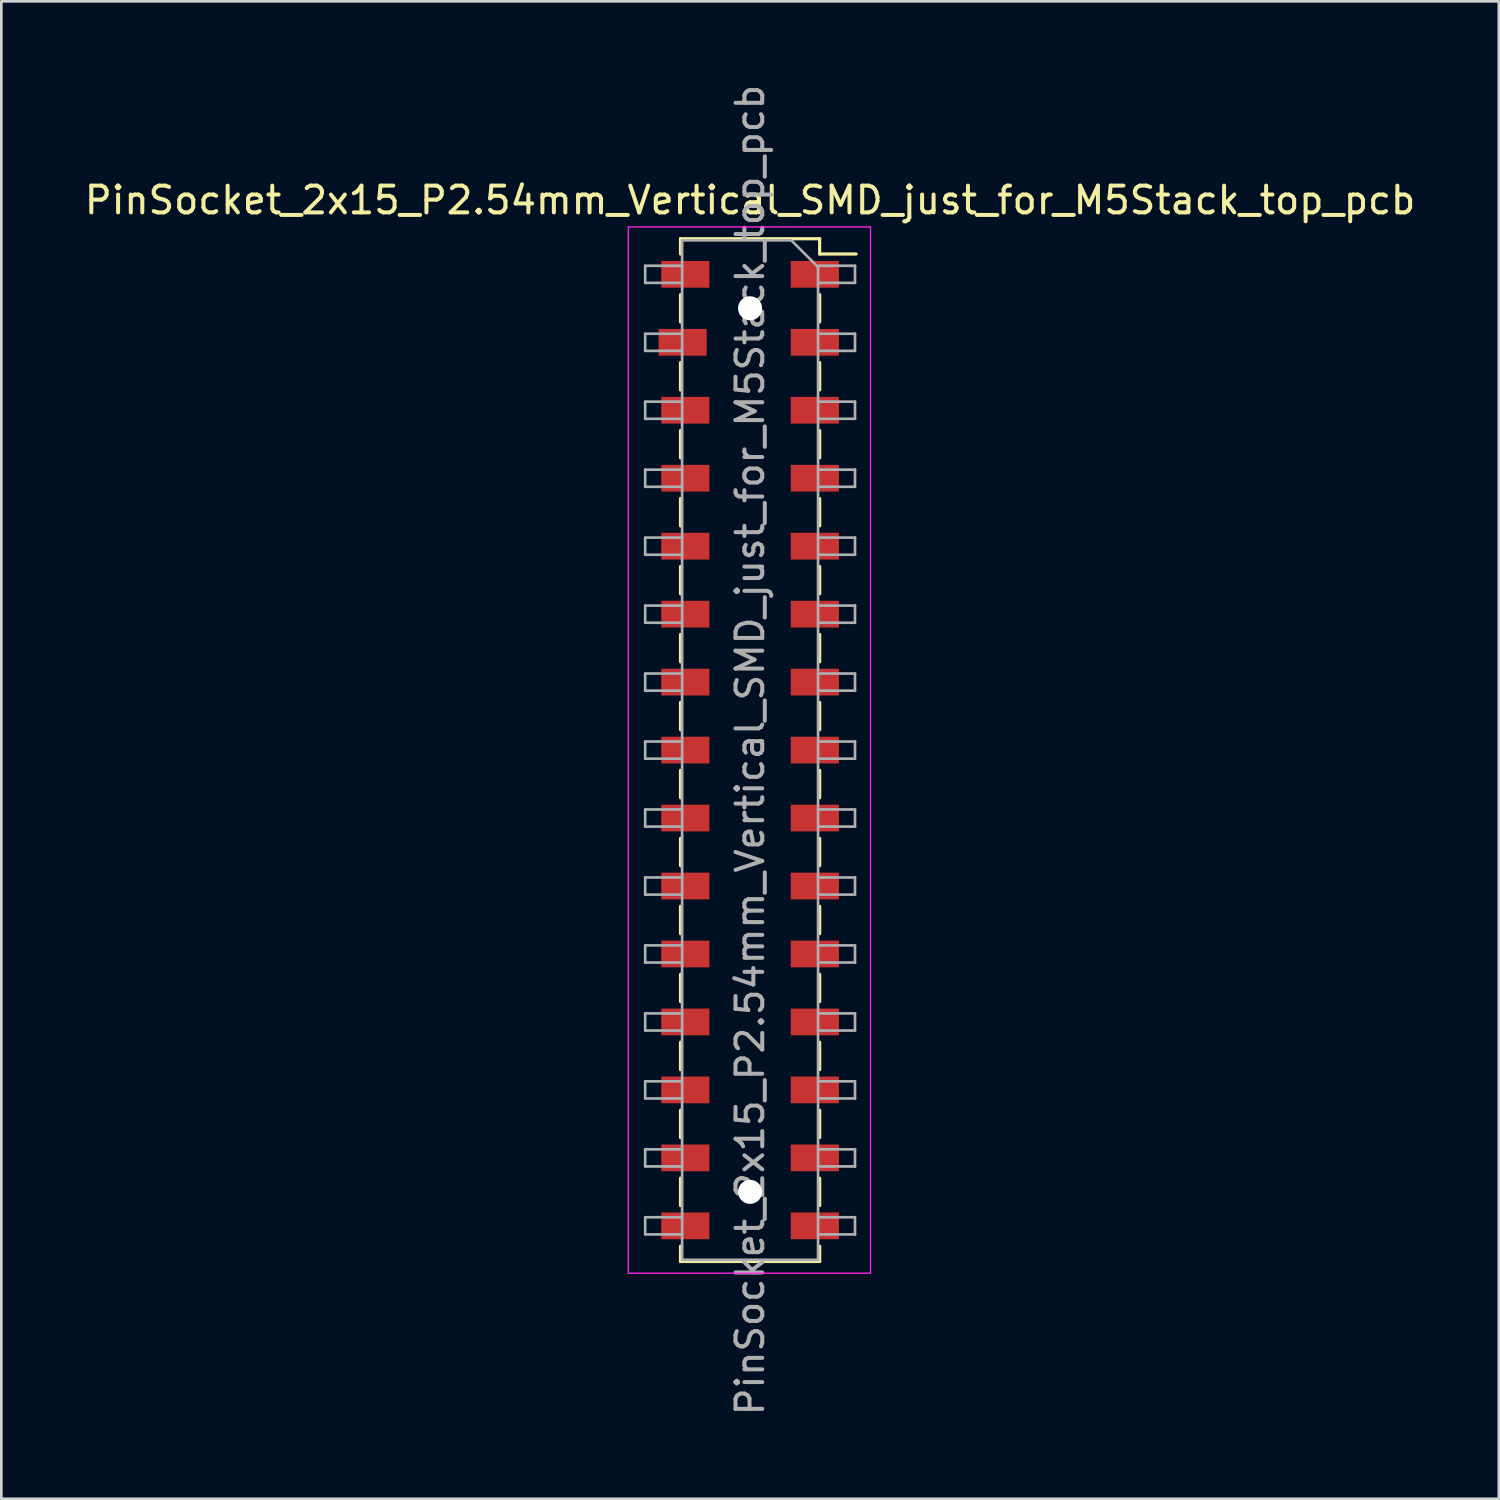
<source format=kicad_pcb>
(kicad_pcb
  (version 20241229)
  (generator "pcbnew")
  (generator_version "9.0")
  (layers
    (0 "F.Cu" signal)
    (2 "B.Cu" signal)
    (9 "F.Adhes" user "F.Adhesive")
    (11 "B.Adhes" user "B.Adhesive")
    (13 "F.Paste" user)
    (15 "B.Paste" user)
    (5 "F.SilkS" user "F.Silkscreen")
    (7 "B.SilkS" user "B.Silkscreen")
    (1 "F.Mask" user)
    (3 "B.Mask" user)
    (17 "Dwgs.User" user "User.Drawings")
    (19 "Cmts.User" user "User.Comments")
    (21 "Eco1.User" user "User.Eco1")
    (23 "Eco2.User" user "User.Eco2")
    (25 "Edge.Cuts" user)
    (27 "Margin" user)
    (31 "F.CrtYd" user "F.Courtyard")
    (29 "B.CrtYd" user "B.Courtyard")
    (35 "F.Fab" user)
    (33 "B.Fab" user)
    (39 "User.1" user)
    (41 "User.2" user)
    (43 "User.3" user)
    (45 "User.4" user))
  (footprint "PinSocket_2x15_P2.54mm_Vertical_SMD_just_for_M5Stack_top_pcb"
    (layer "F.Cu")
    (at 24.982 24.982)
    (property "Reference" "PinSocket_2x15_P2.54mm_Vertical_SMD_just_for_M5Stack_top_pcb" (at 0 -20.55 0) (layer "F.SilkS") (effects (font (size 1 1) (thickness 0.15))))
    (attr smd)
    (fp_line (start -2.6 -19.11) (end -2.6 -18.54) (stroke (width 0.12) (type solid)) (layer "F.SilkS"))
    (fp_line (start -2.6 -19.11) (end 2.6 -19.11) (stroke (width 0.12) (type solid)) (layer "F.SilkS"))
    (fp_line (start -2.6 -17.02) (end -2.6 -16) (stroke (width 0.12) (type solid)) (layer "F.SilkS"))
    (fp_line (start -2.6 -14.48) (end -2.6 -13.46) (stroke (width 0.12) (type solid)) (layer "F.SilkS"))
    (fp_line (start -2.6 -11.94) (end -2.6 -10.92) (stroke (width 0.12) (type solid)) (layer "F.SilkS"))
    (fp_line (start -2.6 -9.4) (end -2.6 -8.38) (stroke (width 0.12) (type solid)) (layer "F.SilkS"))
    (fp_line (start -2.6 -6.86) (end -2.6 -5.84) (stroke (width 0.12) (type solid)) (layer "F.SilkS"))
    (fp_line (start -2.6 -4.32) (end -2.6 -3.3) (stroke (width 0.12) (type solid)) (layer "F.SilkS"))
    (fp_line (start -2.6 -1.78) (end -2.6 -0.76) (stroke (width 0.12) (type solid)) (layer "F.SilkS"))
    (fp_line (start -2.6 0.76) (end -2.6 1.78) (stroke (width 0.12) (type solid)) (layer "F.SilkS"))
    (fp_line (start -2.6 3.3) (end -2.6 4.32) (stroke (width 0.12) (type solid)) (layer "F.SilkS"))
    (fp_line (start -2.6 5.84) (end -2.6 6.86) (stroke (width 0.12) (type solid)) (layer "F.SilkS"))
    (fp_line (start -2.6 8.38) (end -2.6 9.4) (stroke (width 0.12) (type solid)) (layer "F.SilkS"))
    (fp_line (start -2.6 10.92) (end -2.6 11.94) (stroke (width 0.12) (type solid)) (layer "F.SilkS"))
    (fp_line (start -2.6 13.46) (end -2.6 14.48) (stroke (width 0.12) (type solid)) (layer "F.SilkS"))
    (fp_line (start -2.6 16) (end -2.6 17.02) (stroke (width 0.12) (type solid)) (layer "F.SilkS"))
    (fp_line (start -2.6 18.54) (end -2.6 19.11) (stroke (width 0.12) (type solid)) (layer "F.SilkS"))
    (fp_line (start -2.6 19.11) (end 2.6 19.11) (stroke (width 0.12) (type solid)) (layer "F.SilkS"))
    (fp_line (start 2.6 -19.11) (end 2.6 -18.54) (stroke (width 0.12) (type solid)) (layer "F.SilkS"))
    (fp_line (start 2.6 -18.54) (end 3.96 -18.54) (stroke (width 0.12) (type solid)) (layer "F.SilkS"))
    (fp_line (start 2.6 -17.02) (end 2.6 -16) (stroke (width 0.12) (type solid)) (layer "F.SilkS"))
    (fp_line (start 2.6 -14.48) (end 2.6 -13.46) (stroke (width 0.12) (type solid)) (layer "F.SilkS"))
    (fp_line (start 2.6 -11.94) (end 2.6 -10.92) (stroke (width 0.12) (type solid)) (layer "F.SilkS"))
    (fp_line (start 2.6 -9.4) (end 2.6 -8.38) (stroke (width 0.12) (type solid)) (layer "F.SilkS"))
    (fp_line (start 2.6 -6.86) (end 2.6 -5.84) (stroke (width 0.12) (type solid)) (layer "F.SilkS"))
    (fp_line (start 2.6 -4.32) (end 2.6 -3.3) (stroke (width 0.12) (type solid)) (layer "F.SilkS"))
    (fp_line (start 2.6 -1.78) (end 2.6 -0.76) (stroke (width 0.12) (type solid)) (layer "F.SilkS"))
    (fp_line (start 2.6 0.76) (end 2.6 1.78) (stroke (width 0.12) (type solid)) (layer "F.SilkS"))
    (fp_line (start 2.6 3.3) (end 2.6 4.32) (stroke (width 0.12) (type solid)) (layer "F.SilkS"))
    (fp_line (start 2.6 5.84) (end 2.6 6.86) (stroke (width 0.12) (type solid)) (layer "F.SilkS"))
    (fp_line (start 2.6 8.38) (end 2.6 9.4) (stroke (width 0.12) (type solid)) (layer "F.SilkS"))
    (fp_line (start 2.6 10.92) (end 2.6 11.94) (stroke (width 0.12) (type solid)) (layer "F.SilkS"))
    (fp_line (start 2.6 13.46) (end 2.6 14.48) (stroke (width 0.12) (type solid)) (layer "F.SilkS"))
    (fp_line (start 2.6 16) (end 2.6 17.02) (stroke (width 0.12) (type solid)) (layer "F.SilkS"))
    (fp_line (start 2.6 18.54) (end 2.6 19.11) (stroke (width 0.12) (type solid)) (layer "F.SilkS"))
    (fp_line (start -4.55 -19.55) (end 4.5 -19.55) (stroke (width 0.05) (type solid)) (layer "F.CrtYd"))
    (fp_line (start -4.55 19.55) (end -4.55 -19.55) (stroke (width 0.05) (type solid)) (layer "F.CrtYd"))
    (fp_line (start 4.5 -19.55) (end 4.5 19.55) (stroke (width 0.05) (type solid)) (layer "F.CrtYd"))
    (fp_line (start 4.5 19.55) (end -4.55 19.55) (stroke (width 0.05) (type solid)) (layer "F.CrtYd"))
    (fp_line (start -3.92 -18.1) (end -2.54 -18.1) (stroke (width 0.1) (type solid)) (layer "F.Fab"))
    (fp_line (start -3.92 -17.46) (end -3.92 -18.1) (stroke (width 0.1) (type solid)) (layer "F.Fab"))
    (fp_line (start -3.92 -15.56) (end -2.54 -15.56) (stroke (width 0.1) (type solid)) (layer "F.Fab"))
    (fp_line (start -3.92 -14.92) (end -3.92 -15.56) (stroke (width 0.1) (type solid)) (layer "F.Fab"))
    (fp_line (start -3.92 -13.02) (end -2.54 -13.02) (stroke (width 0.1) (type solid)) (layer "F.Fab"))
    (fp_line (start -3.92 -12.38) (end -3.92 -13.02) (stroke (width 0.1) (type solid)) (layer "F.Fab"))
    (fp_line (start -3.92 -10.48) (end -2.54 -10.48) (stroke (width 0.1) (type solid)) (layer "F.Fab"))
    (fp_line (start -3.92 -9.84) (end -3.92 -10.48) (stroke (width 0.1) (type solid)) (layer "F.Fab"))
    (fp_line (start -3.92 -7.94) (end -2.54 -7.94) (stroke (width 0.1) (type solid)) (layer "F.Fab"))
    (fp_line (start -3.92 -7.3) (end -3.92 -7.94) (stroke (width 0.1) (type solid)) (layer "F.Fab"))
    (fp_line (start -3.92 -5.4) (end -2.54 -5.4) (stroke (width 0.1) (type solid)) (layer "F.Fab"))
    (fp_line (start -3.92 -4.76) (end -3.92 -5.4) (stroke (width 0.1) (type solid)) (layer "F.Fab"))
    (fp_line (start -3.92 -2.86) (end -2.54 -2.86) (stroke (width 0.1) (type solid)) (layer "F.Fab"))
    (fp_line (start -3.92 -2.22) (end -3.92 -2.86) (stroke (width 0.1) (type solid)) (layer "F.Fab"))
    (fp_line (start -3.92 -0.32) (end -2.54 -0.32) (stroke (width 0.1) (type solid)) (layer "F.Fab"))
    (fp_line (start -3.92 0.32) (end -3.92 -0.32) (stroke (width 0.1) (type solid)) (layer "F.Fab"))
    (fp_line (start -3.92 2.22) (end -2.54 2.22) (stroke (width 0.1) (type solid)) (layer "F.Fab"))
    (fp_line (start -3.92 2.86) (end -3.92 2.22) (stroke (width 0.1) (type solid)) (layer "F.Fab"))
    (fp_line (start -3.92 4.76) (end -2.54 4.76) (stroke (width 0.1) (type solid)) (layer "F.Fab"))
    (fp_line (start -3.92 5.4) (end -3.92 4.76) (stroke (width 0.1) (type solid)) (layer "F.Fab"))
    (fp_line (start -3.92 7.3) (end -2.54 7.3) (stroke (width 0.1) (type solid)) (layer "F.Fab"))
    (fp_line (start -3.92 7.94) (end -3.92 7.3) (stroke (width 0.1) (type solid)) (layer "F.Fab"))
    (fp_line (start -3.92 9.84) (end -2.54 9.84) (stroke (width 0.1) (type solid)) (layer "F.Fab"))
    (fp_line (start -3.92 10.48) (end -3.92 9.84) (stroke (width 0.1) (type solid)) (layer "F.Fab"))
    (fp_line (start -3.92 12.38) (end -2.54 12.38) (stroke (width 0.1) (type solid)) (layer "F.Fab"))
    (fp_line (start -3.92 13.02) (end -3.92 12.38) (stroke (width 0.1) (type solid)) (layer "F.Fab"))
    (fp_line (start -3.92 14.92) (end -2.54 14.92) (stroke (width 0.1) (type solid)) (layer "F.Fab"))
    (fp_line (start -3.92 15.56) (end -3.92 14.92) (stroke (width 0.1) (type solid)) (layer "F.Fab"))
    (fp_line (start -3.92 17.46) (end -2.54 17.46) (stroke (width 0.1) (type solid)) (layer "F.Fab"))
    (fp_line (start -3.92 18.1) (end -3.92 17.46) (stroke (width 0.1) (type solid)) (layer "F.Fab"))
    (fp_line (start -2.54 -19.05) (end 1.54 -19.05) (stroke (width 0.1) (type solid)) (layer "F.Fab"))
    (fp_line (start -2.54 -17.46) (end -3.92 -17.46) (stroke (width 0.1) (type solid)) (layer "F.Fab"))
    (fp_line (start -2.54 -14.92) (end -3.92 -14.92) (stroke (width 0.1) (type solid)) (layer "F.Fab"))
    (fp_line (start -2.54 -12.38) (end -3.92 -12.38) (stroke (width 0.1) (type solid)) (layer "F.Fab"))
    (fp_line (start -2.54 -9.84) (end -3.92 -9.84) (stroke (width 0.1) (type solid)) (layer "F.Fab"))
    (fp_line (start -2.54 -7.3) (end -3.92 -7.3) (stroke (width 0.1) (type solid)) (layer "F.Fab"))
    (fp_line (start -2.54 -4.76) (end -3.92 -4.76) (stroke (width 0.1) (type solid)) (layer "F.Fab"))
    (fp_line (start -2.54 -2.22) (end -3.92 -2.22) (stroke (width 0.1) (type solid)) (layer "F.Fab"))
    (fp_line (start -2.54 0.32) (end -3.92 0.32) (stroke (width 0.1) (type solid)) (layer "F.Fab"))
    (fp_line (start -2.54 2.86) (end -3.92 2.86) (stroke (width 0.1) (type solid)) (layer "F.Fab"))
    (fp_line (start -2.54 5.4) (end -3.92 5.4) (stroke (width 0.1) (type solid)) (layer "F.Fab"))
    (fp_line (start -2.54 7.94) (end -3.92 7.94) (stroke (width 0.1) (type solid)) (layer "F.Fab"))
    (fp_line (start -2.54 10.48) (end -3.92 10.48) (stroke (width 0.1) (type solid)) (layer "F.Fab"))
    (fp_line (start -2.54 13.02) (end -3.92 13.02) (stroke (width 0.1) (type solid)) (layer "F.Fab"))
    (fp_line (start -2.54 15.56) (end -3.92 15.56) (stroke (width 0.1) (type solid)) (layer "F.Fab"))
    (fp_line (start -2.54 18.1) (end -3.92 18.1) (stroke (width 0.1) (type solid)) (layer "F.Fab"))
    (fp_line (start -2.54 19.05) (end -2.54 -19.05) (stroke (width 0.1) (type solid)) (layer "F.Fab"))
    (fp_line (start 1.54 -19.05) (end 2.54 -18.05) (stroke (width 0.1) (type solid)) (layer "F.Fab"))
    (fp_line (start 2.54 -18.1) (end 3.92 -18.1) (stroke (width 0.1) (type solid)) (layer "F.Fab"))
    (fp_line (start 2.54 -18.05) (end 2.54 19.05) (stroke (width 0.1) (type solid)) (layer "F.Fab"))
    (fp_line (start 2.54 -15.56) (end 3.92 -15.56) (stroke (width 0.1) (type solid)) (layer "F.Fab"))
    (fp_line (start 2.54 -13.02) (end 3.92 -13.02) (stroke (width 0.1) (type solid)) (layer "F.Fab"))
    (fp_line (start 2.54 -10.48) (end 3.92 -10.48) (stroke (width 0.1) (type solid)) (layer "F.Fab"))
    (fp_line (start 2.54 -7.94) (end 3.92 -7.94) (stroke (width 0.1) (type solid)) (layer "F.Fab"))
    (fp_line (start 2.54 -5.4) (end 3.92 -5.4) (stroke (width 0.1) (type solid)) (layer "F.Fab"))
    (fp_line (start 2.54 -2.86) (end 3.92 -2.86) (stroke (width 0.1) (type solid)) (layer "F.Fab"))
    (fp_line (start 2.54 -0.32) (end 3.92 -0.32) (stroke (width 0.1) (type solid)) (layer "F.Fab"))
    (fp_line (start 2.54 2.22) (end 3.92 2.22) (stroke (width 0.1) (type solid)) (layer "F.Fab"))
    (fp_line (start 2.54 4.76) (end 3.92 4.76) (stroke (width 0.1) (type solid)) (layer "F.Fab"))
    (fp_line (start 2.54 7.3) (end 3.92 7.3) (stroke (width 0.1) (type solid)) (layer "F.Fab"))
    (fp_line (start 2.54 9.84) (end 3.92 9.84) (stroke (width 0.1) (type solid)) (layer "F.Fab"))
    (fp_line (start 2.54 12.38) (end 3.92 12.38) (stroke (width 0.1) (type solid)) (layer "F.Fab"))
    (fp_line (start 2.54 14.92) (end 3.92 14.92) (stroke (width 0.1) (type solid)) (layer "F.Fab"))
    (fp_line (start 2.54 17.46) (end 3.92 17.46) (stroke (width 0.1) (type solid)) (layer "F.Fab"))
    (fp_line (start 2.54 19.05) (end -2.54 19.05) (stroke (width 0.1) (type solid)) (layer "F.Fab"))
    (fp_line (start 3.92 -18.1) (end 3.92 -17.46) (stroke (width 0.1) (type solid)) (layer "F.Fab"))
    (fp_line (start 3.92 -17.46) (end 2.54 -17.46) (stroke (width 0.1) (type solid)) (layer "F.Fab"))
    (fp_line (start 3.92 -15.56) (end 3.92 -14.92) (stroke (width 0.1) (type solid)) (layer "F.Fab"))
    (fp_line (start 3.92 -14.92) (end 2.54 -14.92) (stroke (width 0.1) (type solid)) (layer "F.Fab"))
    (fp_line (start 3.92 -13.02) (end 3.92 -12.38) (stroke (width 0.1) (type solid)) (layer "F.Fab"))
    (fp_line (start 3.92 -12.38) (end 2.54 -12.38) (stroke (width 0.1) (type solid)) (layer "F.Fab"))
    (fp_line (start 3.92 -10.48) (end 3.92 -9.84) (stroke (width 0.1) (type solid)) (layer "F.Fab"))
    (fp_line (start 3.92 -9.84) (end 2.54 -9.84) (stroke (width 0.1) (type solid)) (layer "F.Fab"))
    (fp_line (start 3.92 -7.94) (end 3.92 -7.3) (stroke (width 0.1) (type solid)) (layer "F.Fab"))
    (fp_line (start 3.92 -7.3) (end 2.54 -7.3) (stroke (width 0.1) (type solid)) (layer "F.Fab"))
    (fp_line (start 3.92 -5.4) (end 3.92 -4.76) (stroke (width 0.1) (type solid)) (layer "F.Fab"))
    (fp_line (start 3.92 -4.76) (end 2.54 -4.76) (stroke (width 0.1) (type solid)) (layer "F.Fab"))
    (fp_line (start 3.92 -2.86) (end 3.92 -2.22) (stroke (width 0.1) (type solid)) (layer "F.Fab"))
    (fp_line (start 3.92 -2.22) (end 2.54 -2.22) (stroke (width 0.1) (type solid)) (layer "F.Fab"))
    (fp_line (start 3.92 -0.32) (end 3.92 0.32) (stroke (width 0.1) (type solid)) (layer "F.Fab"))
    (fp_line (start 3.92 0.32) (end 2.54 0.32) (stroke (width 0.1) (type solid)) (layer "F.Fab"))
    (fp_line (start 3.92 2.22) (end 3.92 2.86) (stroke (width 0.1) (type solid)) (layer "F.Fab"))
    (fp_line (start 3.92 2.86) (end 2.54 2.86) (stroke (width 0.1) (type solid)) (layer "F.Fab"))
    (fp_line (start 3.92 4.76) (end 3.92 5.4) (stroke (width 0.1) (type solid)) (layer "F.Fab"))
    (fp_line (start 3.92 5.4) (end 2.54 5.4) (stroke (width 0.1) (type solid)) (layer "F.Fab"))
    (fp_line (start 3.92 7.3) (end 3.92 7.94) (stroke (width 0.1) (type solid)) (layer "F.Fab"))
    (fp_line (start 3.92 7.94) (end 2.54 7.94) (stroke (width 0.1) (type solid)) (layer "F.Fab"))
    (fp_line (start 3.92 9.84) (end 3.92 10.48) (stroke (width 0.1) (type solid)) (layer "F.Fab"))
    (fp_line (start 3.92 10.48) (end 2.54 10.48) (stroke (width 0.1) (type solid)) (layer "F.Fab"))
    (fp_line (start 3.92 12.38) (end 3.92 13.02) (stroke (width 0.1) (type solid)) (layer "F.Fab"))
    (fp_line (start 3.92 13.02) (end 2.54 13.02) (stroke (width 0.1) (type solid)) (layer "F.Fab"))
    (fp_line (start 3.92 14.92) (end 3.92 15.56) (stroke (width 0.1) (type solid)) (layer "F.Fab"))
    (fp_line (start 3.92 15.56) (end 2.54 15.56) (stroke (width 0.1) (type solid)) (layer "F.Fab"))
    (fp_line (start 3.92 17.46) (end 3.92 18.1) (stroke (width 0.1) (type solid)) (layer "F.Fab"))
    (fp_line (start 3.92 18.1) (end 2.54 18.1) (stroke (width 0.1) (type solid)) (layer "F.Fab"))
    (fp_text user "${REFERENCE}" (at 0 0 90) (layer "F.Fab") (effects (font (size 1 1) (thickness 0.15))))
    (pad "" np_thru_hole circle (at 0 -16.51) (size 0.9 0.9) (drill 0.9) (layers "*.Cu" "*.Mask"))
    (pad "" np_thru_hole circle (at 0 16.51) (size 0.9 0.9) (drill 0.9) (layers "*.Cu" "*.Mask"))
    (pad "1" smd rect (at 2.42 -17.78) (size 1.8 1) (layers "F.Cu" "F.Mask" "F.Paste"))
    (pad "2" smd rect (at -2.42 -17.78) (size 1.8 1) (layers "F.Cu" "F.Mask" "F.Paste"))
    (pad "3" smd rect (at 2.42 -15.24) (size 1.8 1) (layers "F.Cu" "F.Mask" "F.Paste"))
    (pad "4" smd rect (at -2.52 -15.24) (size 1.8 1) (layers "F.Cu" "F.Mask" "F.Paste"))
    (pad "5" smd rect (at 2.42 -12.7) (size 1.8 1) (layers "F.Cu" "F.Mask" "F.Paste"))
    (pad "6" smd rect (at -2.42 -12.7) (size 1.8 1) (layers "F.Cu" "F.Mask" "F.Paste"))
    (pad "7" smd rect (at 2.42 -10.16) (size 1.8 1) (layers "F.Cu" "F.Mask" "F.Paste"))
    (pad "8" smd rect (at -2.42 -10.16) (size 1.8 1) (layers "F.Cu" "F.Mask" "F.Paste"))
    (pad "9" smd rect (at 2.42 -7.62) (size 1.8 1) (layers "F.Cu" "F.Mask" "F.Paste"))
    (pad "10" smd rect (at -2.42 -7.62) (size 1.8 1) (layers "F.Cu" "F.Mask" "F.Paste"))
    (pad "11" smd rect (at 2.42 -5.08) (size 1.8 1) (layers "F.Cu" "F.Mask" "F.Paste"))
    (pad "12" smd rect (at -2.42 -5.08) (size 1.8 1) (layers "F.Cu" "F.Mask" "F.Paste"))
    (pad "13" smd rect (at 2.42 -2.54) (size 1.8 1) (layers "F.Cu" "F.Mask" "F.Paste"))
    (pad "14" smd rect (at -2.42 -2.54) (size 1.8 1) (layers "F.Cu" "F.Mask" "F.Paste"))
    (pad "15" smd rect (at 2.42 0) (size 1.8 1) (layers "F.Cu" "F.Mask" "F.Paste"))
    (pad "16" smd rect (at -2.42 0) (size 1.8 1) (layers "F.Cu" "F.Mask" "F.Paste"))
    (pad "17" smd rect (at 2.42 2.54) (size 1.8 1) (layers "F.Cu" "F.Mask" "F.Paste"))
    (pad "18" smd rect (at -2.42 2.54) (size 1.8 1) (layers "F.Cu" "F.Mask" "F.Paste"))
    (pad "19" smd rect (at 2.42 5.08) (size 1.8 1) (layers "F.Cu" "F.Mask" "F.Paste"))
    (pad "20" smd rect (at -2.42 5.08) (size 1.8 1) (layers "F.Cu" "F.Mask" "F.Paste"))
    (pad "21" smd rect (at 2.42 7.62) (size 1.8 1) (layers "F.Cu" "F.Mask" "F.Paste"))
    (pad "22" smd rect (at -2.42 7.62) (size 1.8 1) (layers "F.Cu" "F.Mask" "F.Paste"))
    (pad "23" smd rect (at 2.42 10.16) (size 1.8 1) (layers "F.Cu" "F.Mask" "F.Paste"))
    (pad "24" smd rect (at -2.42 10.16) (size 1.8 1) (layers "F.Cu" "F.Mask" "F.Paste"))
    (pad "25" smd rect (at 2.42 12.7) (size 1.8 1) (layers "F.Cu" "F.Mask" "F.Paste"))
    (pad "26" smd rect (at -2.42 12.7) (size 1.8 1) (layers "F.Cu" "F.Mask" "F.Paste"))
    (pad "27" smd rect (at 2.42 15.24) (size 1.8 1) (layers "F.Cu" "F.Mask" "F.Paste"))
    (pad "28" smd rect (at -2.42 15.24) (size 1.8 1) (layers "F.Cu" "F.Mask" "F.Paste"))
    (pad "29" smd rect (at 2.42 17.78) (size 1.8 1) (layers "F.Cu" "F.Mask" "F.Paste"))
    (pad "30" smd rect (at -2.42 17.78) (size 1.8 1) (layers "F.Cu" "F.Mask" "F.Paste")))
  (gr_rect
    (start -3 -3)
    (end 52.964 52.964)
    (stroke (width 0.1) (type default))
    (fill no)
    (layer "Edge.Cuts")))
</source>
